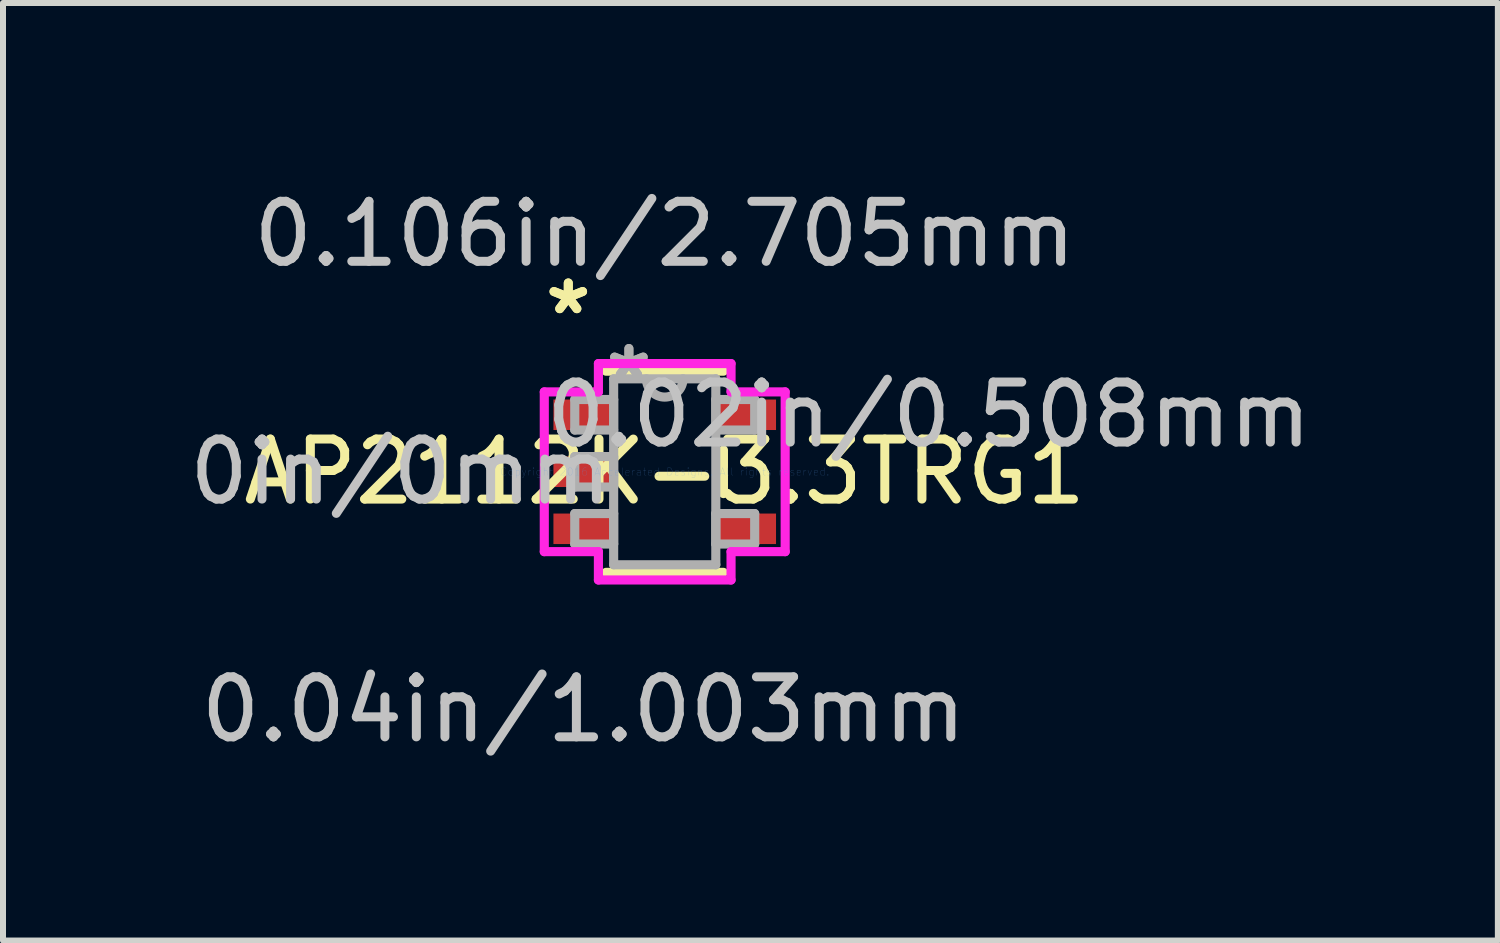
<source format=kicad_pcb>
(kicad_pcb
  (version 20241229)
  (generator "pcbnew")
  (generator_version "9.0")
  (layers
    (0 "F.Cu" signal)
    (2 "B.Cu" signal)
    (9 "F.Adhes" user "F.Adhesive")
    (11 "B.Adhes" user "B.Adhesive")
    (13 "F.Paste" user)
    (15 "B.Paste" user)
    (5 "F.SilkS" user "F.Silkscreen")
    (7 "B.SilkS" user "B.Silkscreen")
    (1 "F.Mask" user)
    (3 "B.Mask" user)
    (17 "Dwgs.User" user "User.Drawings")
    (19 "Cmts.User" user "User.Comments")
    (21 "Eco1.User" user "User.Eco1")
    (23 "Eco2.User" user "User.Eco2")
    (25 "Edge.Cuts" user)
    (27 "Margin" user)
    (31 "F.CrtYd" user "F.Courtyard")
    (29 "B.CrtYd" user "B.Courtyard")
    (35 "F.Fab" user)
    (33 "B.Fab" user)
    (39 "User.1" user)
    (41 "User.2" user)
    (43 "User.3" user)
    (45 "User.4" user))
  (footprint "AP2112K-3.3TRG1"
    (layer "F.Cu")
    (at 8.026 4.811)
    (property "Reference" "AP2112K-3.3TRG1" (at 0 0 0) (layer "F.SilkS") (effects (font (size 1 1) (thickness 0.15))))
    (attr through_hole)
    (fp_line (start -0.978 1.676) (end 0.978 1.676) (stroke (width 0.152) (type solid)) (layer "F.SilkS"))
    (fp_line (start 0.978 -1.676) (end -0.978 -1.676) (stroke (width 0.152) (type solid)) (layer "F.SilkS"))
    (fp_line (start 0.978 0.363) (end 0.978 -0.363) (stroke (width 0.152) (type solid)) (layer "F.SilkS"))
    (fp_line (start -2.007 -1.331) (end -1.105 -1.331) (stroke (width 0.152) (type solid)) (layer "F.CrtYd"))
    (fp_line (start -2.007 1.331) (end -2.007 -1.331) (stroke (width 0.152) (type solid)) (layer "F.CrtYd"))
    (fp_line (start -1.105 -1.803) (end 1.105 -1.803) (stroke (width 0.152) (type solid)) (layer "F.CrtYd"))
    (fp_line (start -1.105 -1.331) (end -1.105 -1.803) (stroke (width 0.152) (type solid)) (layer "F.CrtYd"))
    (fp_line (start -1.105 1.331) (end -2.007 1.331) (stroke (width 0.152) (type solid)) (layer "F.CrtYd"))
    (fp_line (start -1.105 1.803) (end -1.105 1.331) (stroke (width 0.152) (type solid)) (layer "F.CrtYd"))
    (fp_line (start 1.105 -1.803) (end 1.105 -1.331) (stroke (width 0.152) (type solid)) (layer "F.CrtYd"))
    (fp_line (start 1.105 -1.331) (end 2.007 -1.331) (stroke (width 0.152) (type solid)) (layer "F.CrtYd"))
    (fp_line (start 1.105 1.331) (end 1.105 1.803) (stroke (width 0.152) (type solid)) (layer "F.CrtYd"))
    (fp_line (start 1.105 1.803) (end -1.105 1.803) (stroke (width 0.152) (type solid)) (layer "F.CrtYd"))
    (fp_line (start 2.007 -1.331) (end 2.007 1.331) (stroke (width 0.152) (type solid)) (layer "F.CrtYd"))
    (fp_line (start 2.007 1.331) (end 1.105 1.331) (stroke (width 0.152) (type solid)) (layer "F.CrtYd"))
    (fp_line (start -1.499 -1.204) (end -1.499 -0.696) (stroke (width 0.152) (type solid)) (layer "F.Fab"))
    (fp_line (start -1.499 -0.696) (end -0.851 -0.696) (stroke (width 0.152) (type solid)) (layer "F.Fab"))
    (fp_line (start -1.499 -0.254) (end -1.499 0.254) (stroke (width 0.152) (type solid)) (layer "F.Fab"))
    (fp_line (start -1.499 0.254) (end -0.851 0.254) (stroke (width 0.152) (type solid)) (layer "F.Fab"))
    (fp_line (start -1.499 0.696) (end -1.499 1.204) (stroke (width 0.152) (type solid)) (layer "F.Fab"))
    (fp_line (start -1.499 1.204) (end -0.851 1.204) (stroke (width 0.152) (type solid)) (layer "F.Fab"))
    (fp_line (start -0.851 -1.549) (end -0.851 1.549) (stroke (width 0.152) (type solid)) (layer "F.Fab"))
    (fp_line (start -0.851 -1.204) (end -1.499 -1.204) (stroke (width 0.152) (type solid)) (layer "F.Fab"))
    (fp_line (start -0.851 -0.696) (end -0.851 -1.204) (stroke (width 0.152) (type solid)) (layer "F.Fab"))
    (fp_line (start -0.851 -0.254) (end -1.499 -0.254) (stroke (width 0.152) (type solid)) (layer "F.Fab"))
    (fp_line (start -0.851 0.254) (end -0.851 -0.254) (stroke (width 0.152) (type solid)) (layer "F.Fab"))
    (fp_line (start -0.851 0.696) (end -1.499 0.696) (stroke (width 0.152) (type solid)) (layer "F.Fab"))
    (fp_line (start -0.851 1.204) (end -0.851 0.696) (stroke (width 0.152) (type solid)) (layer "F.Fab"))
    (fp_line (start -0.851 1.549) (end 0.851 1.549) (stroke (width 0.152) (type solid)) (layer "F.Fab"))
    (fp_line (start 0.851 -1.549) (end -0.851 -1.549) (stroke (width 0.152) (type solid)) (layer "F.Fab"))
    (fp_line (start 0.851 -1.204) (end 0.851 -0.696) (stroke (width 0.152) (type solid)) (layer "F.Fab"))
    (fp_line (start 0.851 -0.696) (end 1.499 -0.696) (stroke (width 0.152) (type solid)) (layer "F.Fab"))
    (fp_line (start 0.851 0.696) (end 0.851 1.204) (stroke (width 0.152) (type solid)) (layer "F.Fab"))
    (fp_line (start 0.851 1.204) (end 1.499 1.204) (stroke (width 0.152) (type solid)) (layer "F.Fab"))
    (fp_line (start 0.851 1.549) (end 0.851 -1.549) (stroke (width 0.152) (type solid)) (layer "F.Fab"))
    (fp_line (start 1.499 -1.204) (end 0.851 -1.204) (stroke (width 0.152) (type solid)) (layer "F.Fab"))
    (fp_line (start 1.499 -0.696) (end 1.499 -1.204) (stroke (width 0.152) (type solid)) (layer "F.Fab"))
    (fp_line (start 1.499 0.696) (end 0.851 0.696) (stroke (width 0.152) (type solid)) (layer "F.Fab"))
    (fp_line (start 1.499 1.204) (end 1.499 0.696) (stroke (width 0.152) (type solid)) (layer "F.Fab"))
    (fp_arc (start 0.3048 -1.5494) (mid 0 -1.2446) (end -0.3048 -1.5494) (stroke (width 0.1524) (type solid)) (layer "F.Fab"))
    (fp_text user "*" (at -1.607 -2.601 0) (layer "F.SilkS") (effects (font (size 1 1) (thickness 0.15))))
    (fp_text user "*" (at -1.607 -2.601 0) (layer "F.SilkS") (effects (font (size 1 1) (thickness 0.15))))
    (fp_text user "0.106in/2.705mm" (at 0 -3.962 0) (layer "Dwgs.User") (effects (font (size 1 1) (thickness 0.15))))
    (fp_text user "0in/0mm" (at -4.401 0 0) (layer "Dwgs.User") (effects (font (size 1 1) (thickness 0.15))))
    (fp_text user "0.02in/0.508mm" (at 4.401 -0.95 0) (layer "Dwgs.User") (effects (font (size 1 1) (thickness 0.15))))
    (fp_text user "0.04in/1.003mm" (at -1.353 3.962 0) (layer "Dwgs.User") (effects (font (size 1 1) (thickness 0.15))))
    (fp_text user "Copyright 2016 Accelerated Designs. All rights reserved." (at 0 0 0) (layer "Cmts.User") (effects (font (size 0.127 0.127) (thickness 0.002))))
    (fp_text user "*" (at -0.597 -1.509 0) (layer "F.Fab") (effects (font (size 1 1) (thickness 0.15))))
    (fp_text user "*" (at -0.597 -1.509 0) (layer "F.Fab") (effects (font (size 1 1) (thickness 0.15))))
    (pad "1" smd rect (at -1.353 -0.95) (size 1.003 0.508) (layers "F.Cu" "F.Mask" "F.Paste"))
    (pad "2" smd rect (at -1.353 0) (size 1.003 0.508) (layers "F.Cu" "F.Mask" "F.Paste"))
    (pad "3" smd rect (at -1.353 0.95) (size 1.003 0.508) (layers "F.Cu" "F.Mask" "F.Paste"))
    (pad "4" smd rect (at 1.353 0.95) (size 1.003 0.508) (layers "F.Cu" "F.Mask" "F.Paste"))
    (pad "5" smd rect (at 1.353 -0.95) (size 1.003 0.508) (layers "F.Cu" "F.Mask" "F.Paste")))
  (gr_rect
    (start -3 -3)
    (end 21.908 12.621)
    (stroke (width 0.1) (type default))
    (fill no)
    (layer "Edge.Cuts")))
</source>
